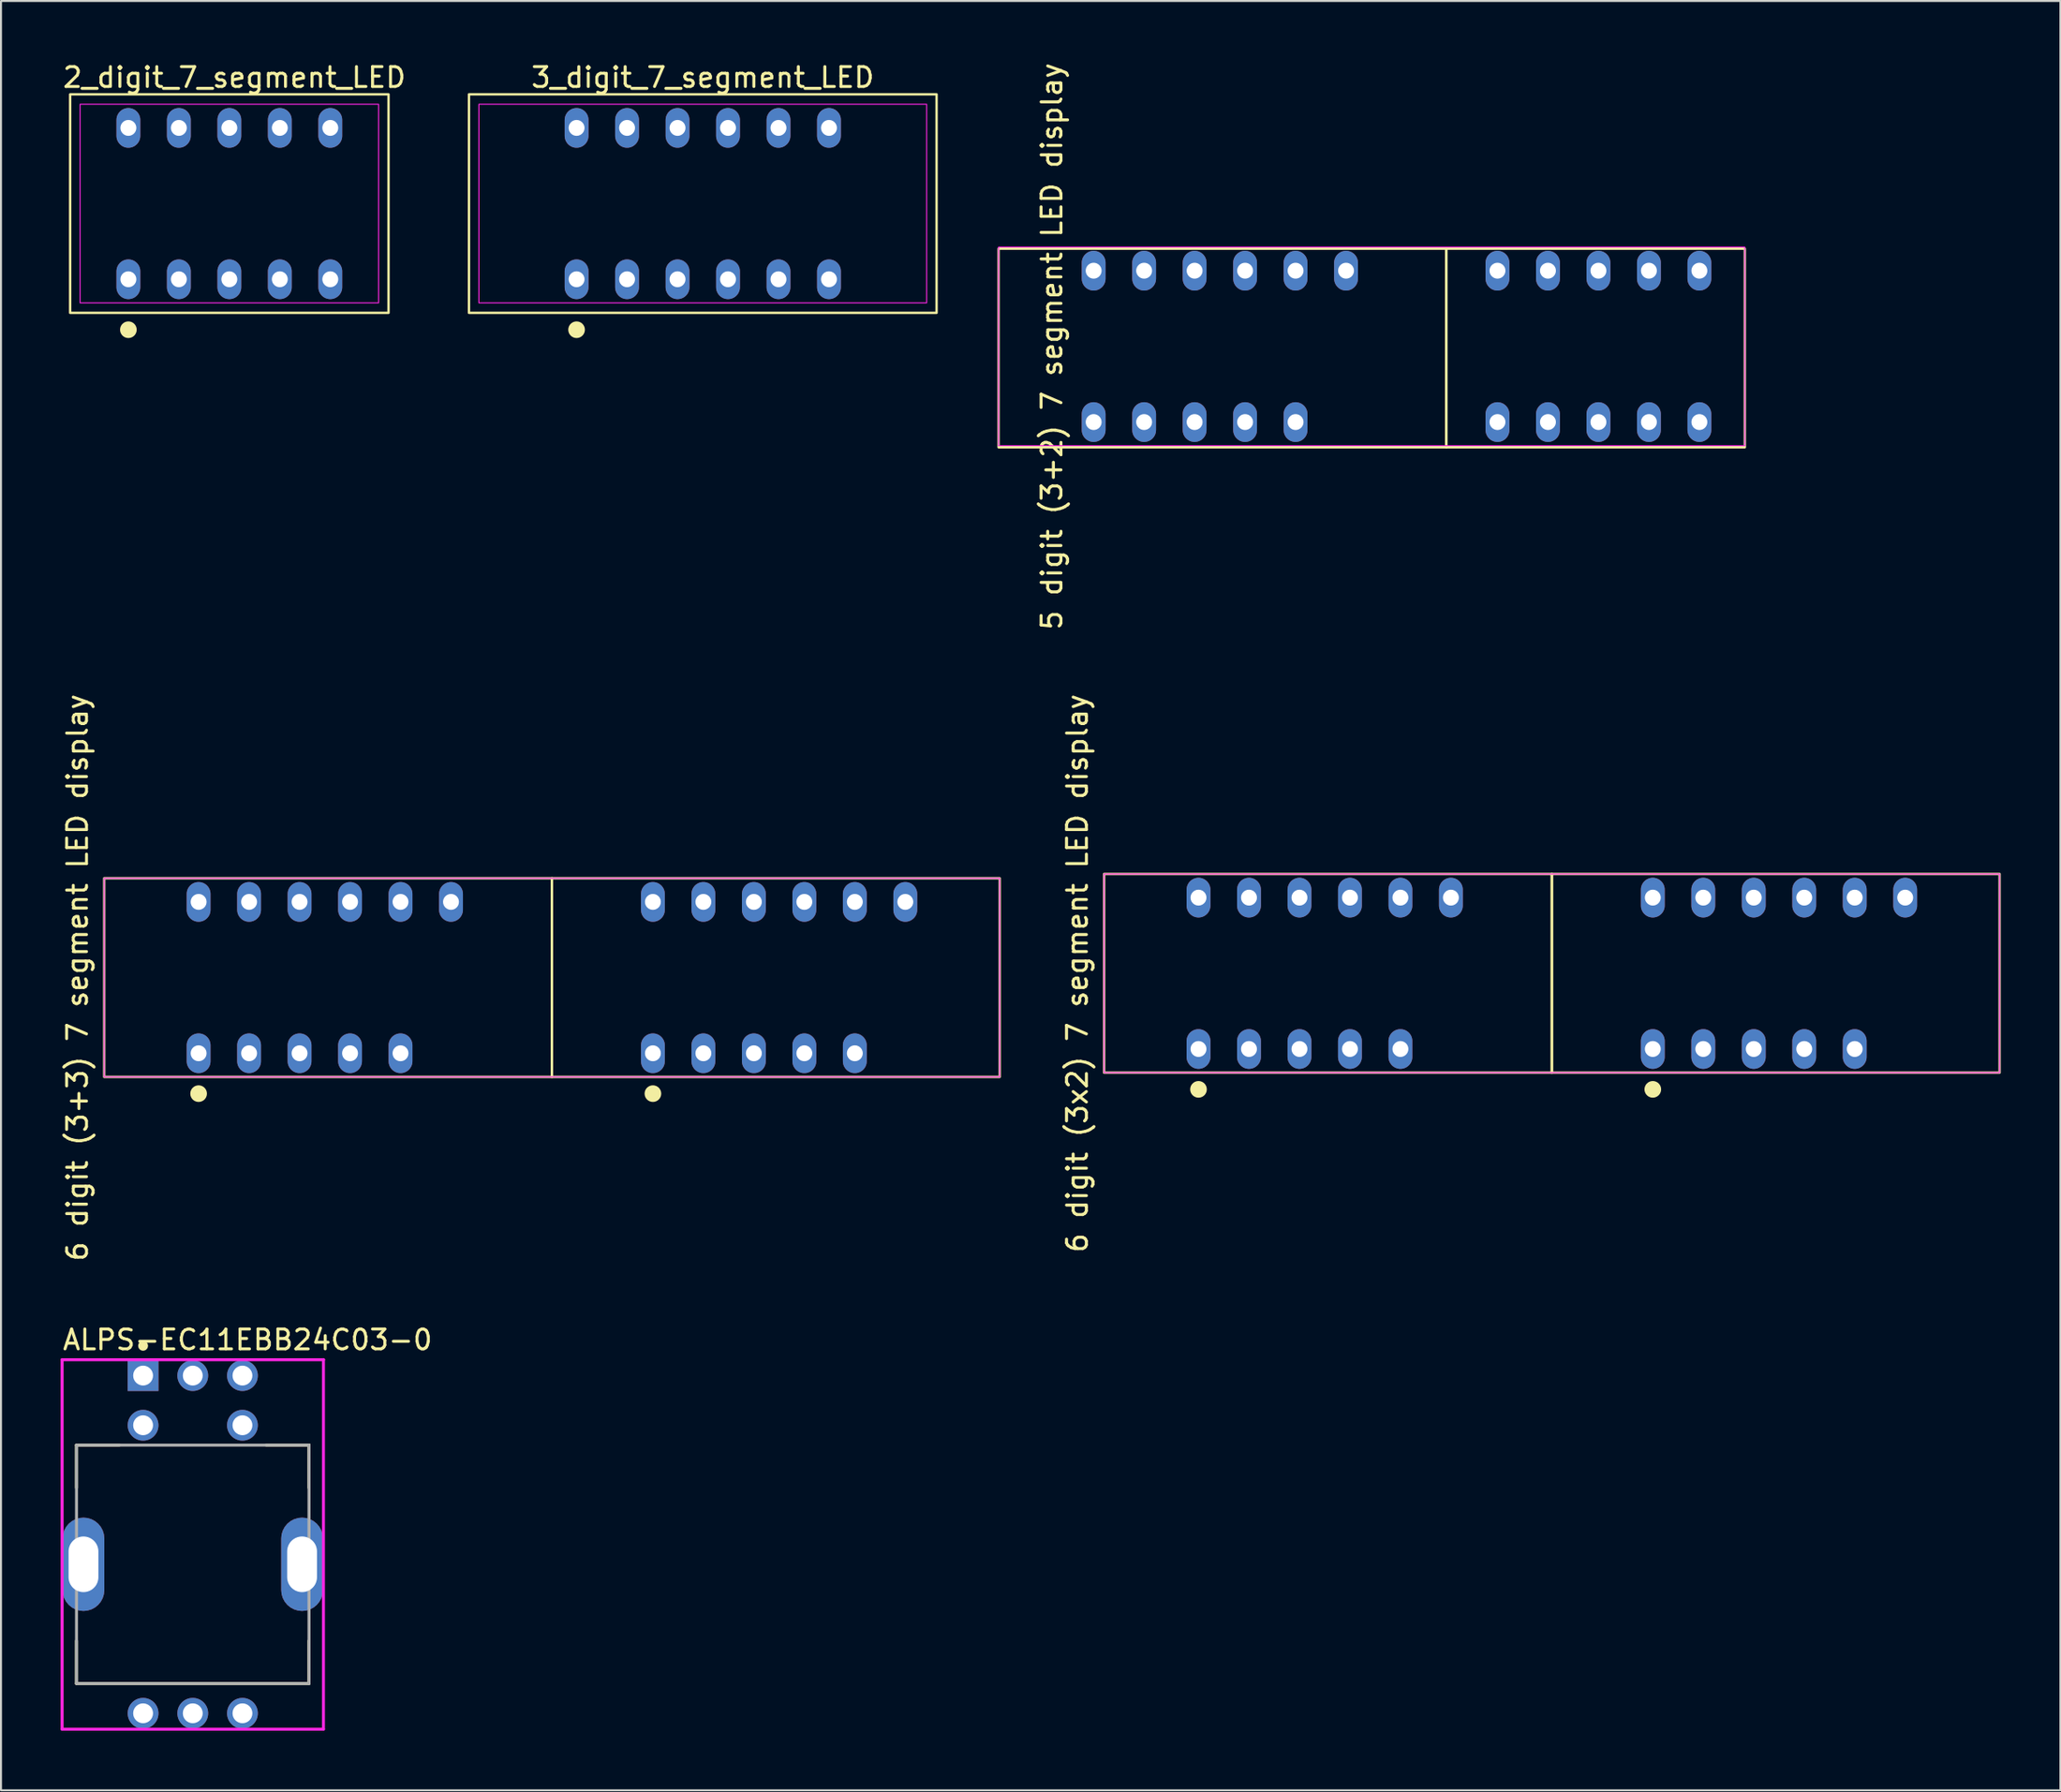
<source format=kicad_pcb>
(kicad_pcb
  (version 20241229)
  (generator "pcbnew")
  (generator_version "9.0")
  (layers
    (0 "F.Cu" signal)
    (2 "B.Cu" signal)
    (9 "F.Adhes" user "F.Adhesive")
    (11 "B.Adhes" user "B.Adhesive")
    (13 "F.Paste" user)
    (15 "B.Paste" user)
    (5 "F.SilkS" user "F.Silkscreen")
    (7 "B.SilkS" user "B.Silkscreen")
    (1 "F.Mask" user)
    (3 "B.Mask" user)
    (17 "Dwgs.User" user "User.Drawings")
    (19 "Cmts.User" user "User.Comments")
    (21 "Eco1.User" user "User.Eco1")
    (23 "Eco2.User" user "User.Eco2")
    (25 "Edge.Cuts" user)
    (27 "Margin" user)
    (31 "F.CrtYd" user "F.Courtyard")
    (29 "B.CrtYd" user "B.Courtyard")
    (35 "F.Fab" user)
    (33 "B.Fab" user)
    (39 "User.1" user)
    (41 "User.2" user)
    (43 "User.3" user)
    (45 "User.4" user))
  (footprint "6 digit (3x2) 7 segment LED display"
    (layer "F.Cu")
    (at 75.038 45.946)
    (property "Reference" "6 digit (3x2) 7 segment LED display" (at -23.876 0 90) (layer "F.SilkS") (effects (font (size 1 1) (thickness 0.15))))
    (fp_rect (start -22.53 -5) (end 0 5) (stroke (width 0.12) (type solid)) (fill no) (layer "F.SilkS"))
    (fp_rect (start 0 -5) (end 22.53 5) (stroke (width 0.12) (type solid)) (fill no) (layer "F.SilkS"))
    (fp_circle (center -17.78 5.842) (end -17.421 5.842) (stroke (width 0.12) (type solid)) (fill yes) (layer "F.SilkS"))
    (fp_circle (center 5.08 5.842) (end 5.439 5.842) (stroke (width 0.12) (type solid)) (fill yes) (layer "F.SilkS"))
    (fp_rect (start -22.53 -5) (end 22.53 5) (stroke (width 0.05) (type solid)) (fill no) (layer "F.CrtYd"))
    (pad "1" thru_hole oval (at -17.78 3.81) (size 1.2 2) (drill 0.8) (layers "*.Cu" "*.Mask"))
    (pad "2" thru_hole oval (at -15.24 3.81) (size 1.2 2) (drill 0.8) (layers "*.Cu" "*.Mask"))
    (pad "3" thru_hole oval (at -12.7 3.81) (size 1.2 2) (drill 0.8) (layers "*.Cu" "*.Mask"))
    (pad "4" thru_hole oval (at -10.16 3.81) (size 1.2 2) (drill 0.8) (layers "*.Cu" "*.Mask"))
    (pad "5" thru_hole oval (at -7.62 3.81) (size 1.2 2) (drill 0.8) (layers "*.Cu" "*.Mask"))
    (pad "7" thru_hole oval (at -5.08 -3.81) (size 1.2 2) (drill 0.8) (layers "*.Cu" "*.Mask"))
    (pad "8" thru_hole oval (at -7.62 -3.81) (size 1.2 2) (drill 0.8) (layers "*.Cu" "*.Mask"))
    (pad "9" thru_hole oval (at -10.16 -3.81) (size 1.2 2) (drill 0.8) (layers "*.Cu" "*.Mask"))
    (pad "10" thru_hole oval (at -12.7 -3.81) (size 1.2 2) (drill 0.8) (layers "*.Cu" "*.Mask"))
    (pad "11" thru_hole oval (at -15.24 -3.81) (size 1.2 2) (drill 0.8) (layers "*.Cu" "*.Mask"))
    (pad "12" thru_hole oval (at -17.78 -3.81) (size 1.2 2) (drill 0.8) (layers "*.Cu" "*.Mask"))
    (pad "13" thru_hole oval (at 5.08 3.81) (size 1.2 2) (drill 0.8) (layers "*.Cu" "*.Mask"))
    (pad "14" thru_hole oval (at 7.62 3.81) (size 1.2 2) (drill 0.8) (layers "*.Cu" "*.Mask"))
    (pad "15" thru_hole oval (at 10.16 3.81) (size 1.2 2) (drill 0.8) (layers "*.Cu" "*.Mask"))
    (pad "16" thru_hole oval (at 12.7 3.81) (size 1.2 2) (drill 0.8) (layers "*.Cu" "*.Mask"))
    (pad "17" thru_hole oval (at 15.24 3.81) (size 1.2 2) (drill 0.8) (layers "*.Cu" "*.Mask"))
    (pad "19" thru_hole oval (at 17.78 -3.81) (size 1.2 2) (drill 0.8) (layers "*.Cu" "*.Mask"))
    (pad "20" thru_hole oval (at 15.24 -3.81) (size 1.2 2) (drill 0.8) (layers "*.Cu" "*.Mask"))
    (pad "21" thru_hole oval (at 12.7 -3.81) (size 1.2 2) (drill 0.8) (layers "*.Cu" "*.Mask"))
    (pad "22" thru_hole oval (at 10.16 -3.81) (size 1.2 2) (drill 0.8) (layers "*.Cu" "*.Mask"))
    (pad "23" thru_hole oval (at 7.62 -3.81) (size 1.2 2) (drill 0.8) (layers "*.Cu" "*.Mask"))
    (pad "24" thru_hole oval (at 5.08 -3.81) (size 1.2 2) (drill 0.8) (layers "*.Cu" "*.Mask")))
  (footprint "6 digit (3+3) 7 segment LED display"
    (layer "F.Cu")
    (at 24.724 46.161)
    (property "Reference" "6 digit (3+3) 7 segment LED display" (at -23.876 0 90) (layer "F.SilkS") (effects (font (size 1 1) (thickness 0.15))))
    (fp_rect (start -22.53 -5) (end 0 5) (stroke (width 0.12) (type solid)) (fill no) (layer "F.SilkS"))
    (fp_rect (start 0 -5) (end 22.53 5) (stroke (width 0.12) (type solid)) (fill no) (layer "F.SilkS"))
    (fp_circle (center -17.78 5.842) (end -17.421 5.842) (stroke (width 0.12) (type solid)) (fill yes) (layer "F.SilkS"))
    (fp_circle (center 5.08 5.842) (end 5.439 5.842) (stroke (width 0.12) (type solid)) (fill yes) (layer "F.SilkS"))
    (fp_rect (start -22.53 -5) (end 22.53 5) (stroke (width 0.05) (type solid)) (fill no) (layer "F.CrtYd"))
    (pad "1" thru_hole oval (at -17.78 3.81) (size 1.2 2) (drill 0.8) (layers "*.Cu" "*.Mask"))
    (pad "2" thru_hole oval (at -15.24 3.81) (size 1.2 2) (drill 0.8) (layers "*.Cu" "*.Mask"))
    (pad "3" thru_hole oval (at -12.7 3.81) (size 1.2 2) (drill 0.8) (layers "*.Cu" "*.Mask"))
    (pad "4" thru_hole oval (at -10.16 3.81) (size 1.2 2) (drill 0.8) (layers "*.Cu" "*.Mask"))
    (pad "5" thru_hole oval (at -7.62 3.81) (size 1.2 2) (drill 0.8) (layers "*.Cu" "*.Mask"))
    (pad "7" thru_hole oval (at -5.08 -3.81) (size 1.2 2) (drill 0.8) (layers "*.Cu" "*.Mask"))
    (pad "8" thru_hole oval (at -7.62 -3.81) (size 1.2 2) (drill 0.8) (layers "*.Cu" "*.Mask"))
    (pad "9" thru_hole oval (at -10.16 -3.81) (size 1.2 2) (drill 0.8) (layers "*.Cu" "*.Mask"))
    (pad "10" thru_hole oval (at -12.7 -3.81) (size 1.2 2) (drill 0.8) (layers "*.Cu" "*.Mask"))
    (pad "11" thru_hole oval (at -15.24 -3.81) (size 1.2 2) (drill 0.8) (layers "*.Cu" "*.Mask"))
    (pad "12" thru_hole oval (at -17.78 -3.81) (size 1.2 2) (drill 0.8) (layers "*.Cu" "*.Mask"))
    (pad "13" thru_hole oval (at 5.08 3.81) (size 1.2 2) (drill 0.8) (layers "*.Cu" "*.Mask"))
    (pad "14" thru_hole oval (at 7.62 3.81) (size 1.2 2) (drill 0.8) (layers "*.Cu" "*.Mask"))
    (pad "15" thru_hole oval (at 10.16 3.81) (size 1.2 2) (drill 0.8) (layers "*.Cu" "*.Mask"))
    (pad "16" thru_hole oval (at 12.7 3.81) (size 1.2 2) (drill 0.8) (layers "*.Cu" "*.Mask"))
    (pad "17" thru_hole oval (at 15.24 3.81) (size 1.2 2) (drill 0.8) (layers "*.Cu" "*.Mask"))
    (pad "19" thru_hole oval (at 17.78 -3.81) (size 1.2 2) (drill 0.8) (layers "*.Cu" "*.Mask"))
    (pad "20" thru_hole oval (at 15.24 -3.81) (size 1.2 2) (drill 0.8) (layers "*.Cu" "*.Mask"))
    (pad "21" thru_hole oval (at 12.7 -3.81) (size 1.2 2) (drill 0.8) (layers "*.Cu" "*.Mask"))
    (pad "22" thru_hole oval (at 10.16 -3.81) (size 1.2 2) (drill 0.8) (layers "*.Cu" "*.Mask"))
    (pad "23" thru_hole oval (at 7.62 -3.81) (size 1.2 2) (drill 0.8) (layers "*.Cu" "*.Mask"))
    (pad "24" thru_hole oval (at 5.08 -3.81) (size 1.2 2) (drill 0.8) (layers "*.Cu" "*.Mask")))
  (footprint "2_digit_7_segment_LED"
    (layer "F.Cu")
    (at 8.49 7.198)
    (property "Reference" "2_digit_7_segment_LED" (at 0.254 -6.35 180) (layer "F.SilkS") (effects (font (size 1 1) (thickness 0.15))))
    (fp_rect (start -8.01 -5.5) (end 8.01 5.5) (stroke (width 0.12) (type solid)) (fill no) (layer "F.SilkS"))
    (fp_circle (center -5.08 6.35) (end -4.721 6.35) (stroke (width 0.12) (type solid)) (fill yes) (layer "F.SilkS"))
    (fp_rect (start -7.51 -5) (end 7.51 5) (stroke (width 0.05) (type solid)) (fill no) (layer "F.CrtYd"))
    (pad "1" thru_hole oval (at -5.08 3.81) (size 1.2 2) (drill 0.8) (layers "*.Cu" "*.Mask"))
    (pad "2" thru_hole oval (at -2.54 3.81) (size 1.2 2) (drill 0.8) (layers "*.Cu" "*.Mask"))
    (pad "3" thru_hole oval (at 0 3.81) (size 1.2 2) (drill 0.8) (layers "*.Cu" "*.Mask"))
    (pad "4" thru_hole oval (at 2.54 3.81) (size 1.2 2) (drill 0.8) (layers "*.Cu" "*.Mask"))
    (pad "5" thru_hole oval (at 5.08 3.81) (size 1.2 2) (drill 0.8) (layers "*.Cu" "*.Mask"))
    (pad "6" thru_hole oval (at 5.08 -3.81) (size 1.2 2) (drill 0.8) (layers "*.Cu" "*.Mask"))
    (pad "7" thru_hole oval (at 2.54 -3.81) (size 1.2 2) (drill 0.8) (layers "*.Cu" "*.Mask"))
    (pad "8" thru_hole oval (at 0 -3.81) (size 1.2 2) (drill 0.8) (layers "*.Cu" "*.Mask"))
    (pad "9" thru_hole oval (at -2.54 -3.81) (size 1.2 2) (drill 0.8) (layers "*.Cu" "*.Mask"))
    (pad "10" thru_hole oval (at -5.08 -3.81) (size 1.2 2) (drill 0.8) (layers "*.Cu" "*.Mask")))
  (footprint "ALPS-EC11EBB24C03-0"
    (layer "F.Cu")
    (at 6.65 75.696)
    (property "Reference" "ALPS-EC11EBB24C03-0" (at -6.625 -11.3 0) (layer "F.SilkS") (effects (font (size 1 1) (thickness 0.15)) (justify left)))
    (attr through_hole)
    (fp_line (start -5.85 -6) (end -5.85 -3.85) (stroke (width 0.15) (type solid)) (layer "F.SilkS"))
    (fp_line (start -5.85 -6) (end -3.7 -6) (stroke (width 0.15) (type solid)) (layer "F.SilkS"))
    (fp_line (start -5.85 3.85) (end -5.85 6) (stroke (width 0.15) (type solid)) (layer "F.SilkS"))
    (fp_line (start 3.7 -6) (end 5.85 -6) (stroke (width 0.15) (type solid)) (layer "F.SilkS"))
    (fp_line (start 5.85 -6) (end 5.85 -3.85) (stroke (width 0.15) (type solid)) (layer "F.SilkS"))
    (fp_line (start 5.85 3.85) (end 5.85 6) (stroke (width 0.15) (type solid)) (layer "F.SilkS"))
    (fp_line (start 5.85 6) (end -5.85 6) (stroke (width 0.15) (type solid)) (layer "F.SilkS"))
    (fp_circle (center -2.5 -11) (end -2.375 -11) (stroke (width 0.25) (type solid)) (fill no) (layer "F.SilkS"))
    (fp_line (start -6.575 -10.3) (end -6.575 8.3) (stroke (width 0.15) (type solid)) (layer "F.CrtYd"))
    (fp_line (start -6.575 8.3) (end 6.575 8.3) (stroke (width 0.15) (type solid)) (layer "F.CrtYd"))
    (fp_line (start 6.575 -10.3) (end -6.575 -10.3) (stroke (width 0.15) (type solid)) (layer "F.CrtYd"))
    (fp_line (start 6.575 -10.3) (end 6.575 -10.3) (stroke (width 0.15) (type solid)) (layer "F.CrtYd"))
    (fp_line (start 6.575 8.3) (end 6.575 -10.3) (stroke (width 0.15) (type solid)) (layer "F.CrtYd"))
    (fp_line (start -5.85 -6) (end 5.85 -6) (stroke (width 0.15) (type solid)) (layer "F.Fab"))
    (fp_line (start -5.85 6) (end -5.85 -6) (stroke (width 0.15) (type solid)) (layer "F.Fab"))
    (fp_line (start 5.85 -6) (end 5.85 6) (stroke (width 0.15) (type solid)) (layer "F.Fab"))
    (fp_line (start 5.85 6) (end -5.85 6) (stroke (width 0.15) (type solid)) (layer "F.Fab"))
    (pad "1" thru_hole rect (at -2.5 -9.5) (size 1.55 1.55) (drill 1) (layers "*.Cu"))
    (pad "2" thru_hole circle (at 0 -9.5) (size 1.55 1.55) (drill 1) (layers "*.Cu"))
    (pad "3" thru_hole circle (at 2.5 -9.5) (size 1.55 1.55) (drill 1) (layers "*.Cu"))
    (pad "4" thru_hole circle (at -2.5 -7) (size 1.55 1.55) (drill 1) (layers "*.Cu"))
    (pad "5" thru_hole circle (at 2.5 -7) (size 1.55 1.55) (drill 1) (layers "*.Cu"))
    (pad "6" thru_hole roundrect (at -5.5 0) (size 2.1 4.7) (drill oval 1.5 2.8) (layers "*.Cu") (roundrect_rratio 0.5))
    (pad "7" thru_hole roundrect (at 5.5 0) (size 2.1 4.7) (drill oval 1.5 2.8) (layers "*.Cu") (roundrect_rratio 0.5))
    (pad "8" thru_hole circle (at -2.5 7.5) (size 1.55 1.55) (drill 1) (layers "*.Cu"))
    (pad "9" thru_hole circle (at 0 7.5) (size 1.55 1.55) (drill 1) (layers "*.Cu"))
    (pad "10" thru_hole circle (at 2.5 7.5) (size 1.55 1.55) (drill 1) (layers "*.Cu")))
  (footprint "3_digit_7_segment_LED"
    (layer "F.Cu")
    (at 32.313 7.198)
    (property "Reference" "3_digit_7_segment_LED" (at 0 -6.35 180) (layer "F.SilkS") (effects (font (size 1 1) (thickness 0.15))))
    (fp_rect (start -11.765 -5.5) (end 11.765 5.5) (stroke (width 0.12) (type solid)) (fill no) (layer "F.SilkS"))
    (fp_circle (center -6.35 6.35) (end -5.991 6.35) (stroke (width 0.12) (type solid)) (fill yes) (layer "F.SilkS"))
    (fp_rect (start -11.265 -5) (end 11.265 5) (stroke (width 0.05) (type solid)) (fill no) (layer "F.CrtYd"))
    (pad "1" thru_hole oval (at -6.35 3.81) (size 1.2 2) (drill 0.8) (layers "*.Cu" "*.Mask"))
    (pad "2" thru_hole oval (at -3.81 3.81) (size 1.2 2) (drill 0.8) (layers "*.Cu" "*.Mask"))
    (pad "3" thru_hole oval (at -1.27 3.81) (size 1.2 2) (drill 0.8) (layers "*.Cu" "*.Mask"))
    (pad "4" thru_hole oval (at 1.27 3.81) (size 1.2 2) (drill 0.8) (layers "*.Cu" "*.Mask"))
    (pad "5" thru_hole oval (at 3.81 3.81) (size 1.2 2) (drill 0.8) (layers "*.Cu" "*.Mask"))
    (pad "6" thru_hole oval (at 6.35 3.81) (size 1.2 2) (drill 0.8) (layers "*.Cu" "*.Mask"))
    (pad "7" thru_hole oval (at 6.35 -3.81) (size 1.2 2) (drill 0.8) (layers "*.Cu" "*.Mask"))
    (pad "8" thru_hole oval (at 3.81 -3.81) (size 1.2 2) (drill 0.8) (layers "*.Cu" "*.Mask"))
    (pad "9" thru_hole oval (at 1.27 -3.81) (size 1.2 2) (drill 0.8) (layers "*.Cu" "*.Mask"))
    (pad "10" thru_hole oval (at -1.27 -3.81) (size 1.2 2) (drill 0.8) (layers "*.Cu" "*.Mask"))
    (pad "11" thru_hole oval (at -3.81 -3.81) (size 1.2 2) (drill 0.8) (layers "*.Cu" "*.Mask"))
    (pad "12" thru_hole oval (at -6.35 -3.81) (size 1.2 2) (drill 0.8) (layers "*.Cu" "*.Mask")))
  (footprint "5 digit (3+2) 7 segment LED display"
    (layer "F.Cu")
    (at 65.952 14.387)
    (property "Reference" "5 digit (3+2) 7 segment LED display" (at -16.07 0 90) (layer "F.SilkS") (effects (font (size 1 1) (thickness 0.15))))
    (fp_rect (start -18.754 -4.92) (end 3.776 5.08) (stroke (width 0.12) (type solid)) (fill no) (layer "F.SilkS"))
    (fp_rect (start 3.776 -4.92) (end 18.796 5.08) (stroke (width 0.12) (type solid)) (fill no) (layer "F.SilkS"))
    (fp_rect (start -18.754 -5) (end 18.796 5) (stroke (width 0.05) (type solid)) (fill no) (layer "F.CrtYd"))
    (pad "1" thru_hole oval (at -13.97 3.81) (size 1.2 2) (drill 0.8) (layers "*.Cu" "*.Mask"))
    (pad "2" thru_hole oval (at -11.43 3.81) (size 1.2 2) (drill 0.8) (layers "*.Cu" "*.Mask"))
    (pad "3" thru_hole oval (at -8.89 3.81) (size 1.2 2) (drill 0.8) (layers "*.Cu" "*.Mask"))
    (pad "4" thru_hole oval (at -6.35 3.81) (size 1.2 2) (drill 0.8) (layers "*.Cu" "*.Mask"))
    (pad "5" thru_hole oval (at -3.81 3.81) (size 1.2 2) (drill 0.8) (layers "*.Cu" "*.Mask"))
    (pad "7" thru_hole oval (at -1.27 -3.81) (size 1.2 2) (drill 0.8) (layers "*.Cu" "*.Mask"))
    (pad "8" thru_hole oval (at -3.81 -3.81) (size 1.2 2) (drill 0.8) (layers "*.Cu" "*.Mask"))
    (pad "9" thru_hole oval (at -6.35 -3.81) (size 1.2 2) (drill 0.8) (layers "*.Cu" "*.Mask"))
    (pad "10" thru_hole oval (at -8.89 -3.81) (size 1.2 2) (drill 0.8) (layers "*.Cu" "*.Mask"))
    (pad "11" thru_hole oval (at -11.43 -3.81) (size 1.2 2) (drill 0.8) (layers "*.Cu" "*.Mask"))
    (pad "12" thru_hole oval (at -13.97 -3.81) (size 1.2 2) (drill 0.8) (layers "*.Cu" "*.Mask"))
    (pad "13" thru_hole oval (at 6.35 3.81) (size 1.2 2) (drill 0.8) (layers "*.Cu" "*.Mask"))
    (pad "14" thru_hole oval (at 8.89 3.81) (size 1.2 2) (drill 0.8) (layers "*.Cu" "*.Mask"))
    (pad "15" thru_hole oval (at 11.43 3.81) (size 1.2 2) (drill 0.8) (layers "*.Cu" "*.Mask"))
    (pad "16" thru_hole oval (at 13.97 3.81) (size 1.2 2) (drill 0.8) (layers "*.Cu" "*.Mask"))
    (pad "17" thru_hole oval (at 16.51 3.81) (size 1.2 2) (drill 0.8) (layers "*.Cu" "*.Mask"))
    (pad "18" thru_hole oval (at 16.51 -3.81) (size 1.2 2) (drill 0.8) (layers "*.Cu" "*.Mask"))
    (pad "19" thru_hole oval (at 13.97 -3.81) (size 1.2 2) (drill 0.8) (layers "*.Cu" "*.Mask"))
    (pad "20" thru_hole oval (at 11.43 -3.81) (size 1.2 2) (drill 0.8) (layers "*.Cu" "*.Mask"))
    (pad "21" thru_hole oval (at 8.89 -3.81) (size 1.2 2) (drill 0.8) (layers "*.Cu" "*.Mask"))
    (pad "22" thru_hole oval (at 6.35 -3.81) (size 1.2 2) (drill 0.8) (layers "*.Cu" "*.Mask")))
  (gr_rect
    (start -3 -3)
    (end 100.629 87.071)
    (stroke (width 0.1) (type default))
    (fill no)
    (layer "Edge.Cuts")))
</source>
